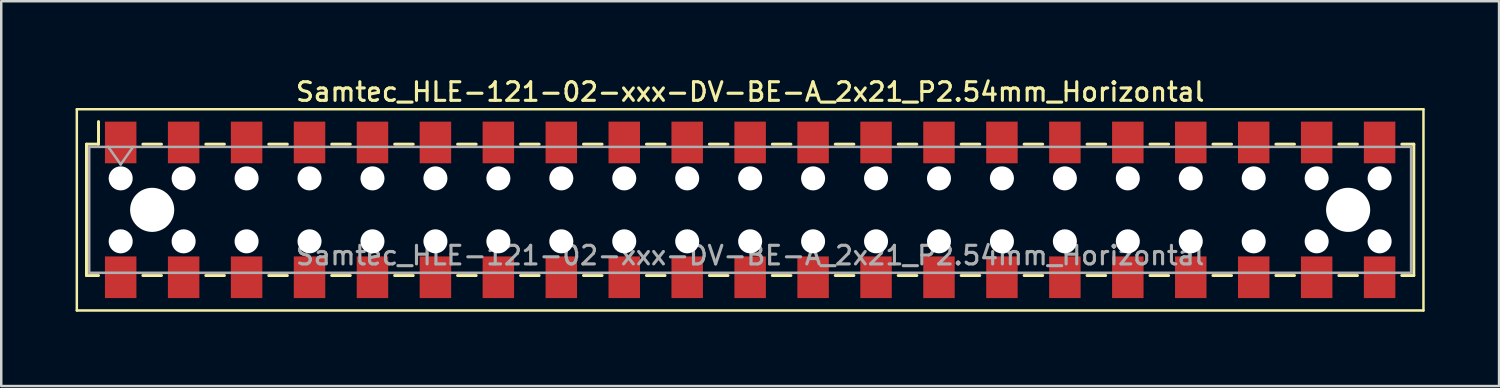
<source format=kicad_pcb>
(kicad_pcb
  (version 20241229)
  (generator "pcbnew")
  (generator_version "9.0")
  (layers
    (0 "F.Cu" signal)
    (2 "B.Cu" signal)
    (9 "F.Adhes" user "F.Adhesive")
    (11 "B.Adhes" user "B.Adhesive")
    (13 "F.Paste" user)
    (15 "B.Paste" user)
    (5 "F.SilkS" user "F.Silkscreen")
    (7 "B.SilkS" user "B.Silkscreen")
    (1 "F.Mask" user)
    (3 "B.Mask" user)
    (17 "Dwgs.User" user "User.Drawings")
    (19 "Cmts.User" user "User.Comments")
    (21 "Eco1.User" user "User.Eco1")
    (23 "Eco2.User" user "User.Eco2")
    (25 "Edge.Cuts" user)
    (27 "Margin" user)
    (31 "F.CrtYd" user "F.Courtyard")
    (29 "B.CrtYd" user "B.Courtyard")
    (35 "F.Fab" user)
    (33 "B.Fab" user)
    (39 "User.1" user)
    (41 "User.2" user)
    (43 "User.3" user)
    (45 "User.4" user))
  (footprint "Samtec_HLE-121-02-xxx-DV-BE-A_2x21_P2.54mm_Horizontal"
    (layer "F.Cu")
    (at 27.22 5.418)
    (property "Reference" "Samtec_HLE-121-02-xxx-DV-BE-A_2x21_P2.54mm_Horizontal" (at 0 -4.76 0) (layer "F.SilkS") (effects (font (size 0.75 0.75) (thickness 0.125))))
    (attr smd)
    (fp_line (start -27.17 -4.06) (end 27.17 -4.06) (stroke (width 0.1) (type solid)) (layer "F.SilkS"))
    (fp_line (start -27.17 4.06) (end -27.17 -4.06) (stroke (width 0.1) (type solid)) (layer "F.SilkS"))
    (fp_line (start -26.78 -2.65) (end -26.78 2.65) (stroke (width 0.12) (type solid)) (layer "F.SilkS"))
    (fp_line (start -26.78 2.65) (end -26.295 2.65) (stroke (width 0.12) (type solid)) (layer "F.SilkS"))
    (fp_line (start -26.295 -3.56) (end -26.295 -2.65) (stroke (width 0.12) (type solid)) (layer "F.SilkS"))
    (fp_line (start -26.295 -2.65) (end -26.78 -2.65) (stroke (width 0.12) (type solid)) (layer "F.SilkS"))
    (fp_line (start -24.505 -2.65) (end -23.755 -2.65) (stroke (width 0.12) (type solid)) (layer "F.SilkS"))
    (fp_line (start -24.505 2.65) (end -23.755 2.65) (stroke (width 0.12) (type solid)) (layer "F.SilkS"))
    (fp_line (start -21.965 -2.65) (end -21.215 -2.65) (stroke (width 0.12) (type solid)) (layer "F.SilkS"))
    (fp_line (start -21.965 2.65) (end -21.215 2.65) (stroke (width 0.12) (type solid)) (layer "F.SilkS"))
    (fp_line (start -19.425 -2.65) (end -18.675 -2.65) (stroke (width 0.12) (type solid)) (layer "F.SilkS"))
    (fp_line (start -19.425 2.65) (end -18.675 2.65) (stroke (width 0.12) (type solid)) (layer "F.SilkS"))
    (fp_line (start -16.885 -2.65) (end -16.135 -2.65) (stroke (width 0.12) (type solid)) (layer "F.SilkS"))
    (fp_line (start -16.885 2.65) (end -16.135 2.65) (stroke (width 0.12) (type solid)) (layer "F.SilkS"))
    (fp_line (start -14.345 -2.65) (end -13.595 -2.65) (stroke (width 0.12) (type solid)) (layer "F.SilkS"))
    (fp_line (start -14.345 2.65) (end -13.595 2.65) (stroke (width 0.12) (type solid)) (layer "F.SilkS"))
    (fp_line (start -11.805 -2.65) (end -11.055 -2.65) (stroke (width 0.12) (type solid)) (layer "F.SilkS"))
    (fp_line (start -11.805 2.65) (end -11.055 2.65) (stroke (width 0.12) (type solid)) (layer "F.SilkS"))
    (fp_line (start -9.265 -2.65) (end -8.515 -2.65) (stroke (width 0.12) (type solid)) (layer "F.SilkS"))
    (fp_line (start -9.265 2.65) (end -8.515 2.65) (stroke (width 0.12) (type solid)) (layer "F.SilkS"))
    (fp_line (start -6.725 -2.65) (end -5.975 -2.65) (stroke (width 0.12) (type solid)) (layer "F.SilkS"))
    (fp_line (start -6.725 2.65) (end -5.975 2.65) (stroke (width 0.12) (type solid)) (layer "F.SilkS"))
    (fp_line (start -4.185 -2.65) (end -3.435 -2.65) (stroke (width 0.12) (type solid)) (layer "F.SilkS"))
    (fp_line (start -4.185 2.65) (end -3.435 2.65) (stroke (width 0.12) (type solid)) (layer "F.SilkS"))
    (fp_line (start -1.645 -2.65) (end -0.895 -2.65) (stroke (width 0.12) (type solid)) (layer "F.SilkS"))
    (fp_line (start -1.645 2.65) (end -0.895 2.65) (stroke (width 0.12) (type solid)) (layer "F.SilkS"))
    (fp_line (start 0.895 -2.65) (end 1.645 -2.65) (stroke (width 0.12) (type solid)) (layer "F.SilkS"))
    (fp_line (start 0.895 2.65) (end 1.645 2.65) (stroke (width 0.12) (type solid)) (layer "F.SilkS"))
    (fp_line (start 3.435 -2.65) (end 4.185 -2.65) (stroke (width 0.12) (type solid)) (layer "F.SilkS"))
    (fp_line (start 3.435 2.65) (end 4.185 2.65) (stroke (width 0.12) (type solid)) (layer "F.SilkS"))
    (fp_line (start 5.975 -2.65) (end 6.725 -2.65) (stroke (width 0.12) (type solid)) (layer "F.SilkS"))
    (fp_line (start 5.975 2.65) (end 6.725 2.65) (stroke (width 0.12) (type solid)) (layer "F.SilkS"))
    (fp_line (start 8.515 -2.65) (end 9.265 -2.65) (stroke (width 0.12) (type solid)) (layer "F.SilkS"))
    (fp_line (start 8.515 2.65) (end 9.265 2.65) (stroke (width 0.12) (type solid)) (layer "F.SilkS"))
    (fp_line (start 11.055 -2.65) (end 11.805 -2.65) (stroke (width 0.12) (type solid)) (layer "F.SilkS"))
    (fp_line (start 11.055 2.65) (end 11.805 2.65) (stroke (width 0.12) (type solid)) (layer "F.SilkS"))
    (fp_line (start 13.595 -2.65) (end 14.345 -2.65) (stroke (width 0.12) (type solid)) (layer "F.SilkS"))
    (fp_line (start 13.595 2.65) (end 14.345 2.65) (stroke (width 0.12) (type solid)) (layer "F.SilkS"))
    (fp_line (start 16.135 -2.65) (end 16.885 -2.65) (stroke (width 0.12) (type solid)) (layer "F.SilkS"))
    (fp_line (start 16.135 2.65) (end 16.885 2.65) (stroke (width 0.12) (type solid)) (layer "F.SilkS"))
    (fp_line (start 18.675 -2.65) (end 19.425 -2.65) (stroke (width 0.12) (type solid)) (layer "F.SilkS"))
    (fp_line (start 18.675 2.65) (end 19.425 2.65) (stroke (width 0.12) (type solid)) (layer "F.SilkS"))
    (fp_line (start 21.215 -2.65) (end 21.965 -2.65) (stroke (width 0.12) (type solid)) (layer "F.SilkS"))
    (fp_line (start 21.215 2.65) (end 21.965 2.65) (stroke (width 0.12) (type solid)) (layer "F.SilkS"))
    (fp_line (start 23.755 -2.65) (end 24.505 -2.65) (stroke (width 0.12) (type solid)) (layer "F.SilkS"))
    (fp_line (start 23.755 2.65) (end 24.505 2.65) (stroke (width 0.12) (type solid)) (layer "F.SilkS"))
    (fp_line (start 26.295 -2.65) (end 26.78 -2.65) (stroke (width 0.12) (type solid)) (layer "F.SilkS"))
    (fp_line (start 26.78 -2.65) (end 26.78 2.65) (stroke (width 0.12) (type solid)) (layer "F.SilkS"))
    (fp_line (start 26.78 2.65) (end 26.295 2.65) (stroke (width 0.12) (type solid)) (layer "F.SilkS"))
    (fp_line (start 27.17 -4.06) (end 27.17 4.06) (stroke (width 0.1) (type solid)) (layer "F.SilkS"))
    (fp_line (start 27.17 4.06) (end -27.17 4.06) (stroke (width 0.1) (type solid)) (layer "F.SilkS"))
    (fp_line (start -26.67 -2.54) (end 26.67 -2.54) (stroke (width 0.1) (type solid)) (layer "F.Fab"))
    (fp_line (start -26.67 2.54) (end -26.67 -2.54) (stroke (width 0.1) (type solid)) (layer "F.Fab"))
    (fp_line (start -25.9 -2.54) (end -25.4 -1.833) (stroke (width 0.1) (type solid)) (layer "F.Fab"))
    (fp_line (start -25.4 -1.833) (end -24.9 -2.54) (stroke (width 0.1) (type solid)) (layer "F.Fab"))
    (fp_line (start 26.67 -2.54) (end 26.67 2.54) (stroke (width 0.1) (type solid)) (layer "F.Fab"))
    (fp_line (start 26.67 2.54) (end -26.67 2.54) (stroke (width 0.1) (type solid)) (layer "F.Fab"))
    (fp_text user "${REFERENCE}" (at 0 1.84 0) (layer "F.Fab") (effects (font (size 0.75 0.75) (thickness 0.125))))
    (pad "" np_thru_hole circle (at -25.4 -1.27) (size 0.97 0.97) (drill 0.97) (layers "*.Cu" "*.Mask"))
    (pad "" np_thru_hole circle (at -25.4 1.27) (size 0.97 0.97) (drill 0.97) (layers "*.Cu" "*.Mask"))
    (pad "" np_thru_hole circle (at -24.13 0) (size 1.78 1.78) (drill 1.78) (layers "*.Cu" "*.Mask"))
    (pad "" np_thru_hole circle (at -22.86 -1.27) (size 0.97 0.97) (drill 0.97) (layers "*.Cu" "*.Mask"))
    (pad "" np_thru_hole circle (at -22.86 1.27) (size 0.97 0.97) (drill 0.97) (layers "*.Cu" "*.Mask"))
    (pad "" np_thru_hole circle (at -20.32 -1.27) (size 0.97 0.97) (drill 0.97) (layers "*.Cu" "*.Mask"))
    (pad "" np_thru_hole circle (at -20.32 1.27) (size 0.97 0.97) (drill 0.97) (layers "*.Cu" "*.Mask"))
    (pad "" np_thru_hole circle (at -17.78 -1.27) (size 0.97 0.97) (drill 0.97) (layers "*.Cu" "*.Mask"))
    (pad "" np_thru_hole circle (at -17.78 1.27) (size 0.97 0.97) (drill 0.97) (layers "*.Cu" "*.Mask"))
    (pad "" np_thru_hole circle (at -15.24 -1.27) (size 0.97 0.97) (drill 0.97) (layers "*.Cu" "*.Mask"))
    (pad "" np_thru_hole circle (at -15.24 1.27) (size 0.97 0.97) (drill 0.97) (layers "*.Cu" "*.Mask"))
    (pad "" np_thru_hole circle (at -12.7 -1.27) (size 0.97 0.97) (drill 0.97) (layers "*.Cu" "*.Mask"))
    (pad "" np_thru_hole circle (at -12.7 1.27) (size 0.97 0.97) (drill 0.97) (layers "*.Cu" "*.Mask"))
    (pad "" np_thru_hole circle (at -10.16 -1.27) (size 0.97 0.97) (drill 0.97) (layers "*.Cu" "*.Mask"))
    (pad "" np_thru_hole circle (at -10.16 1.27) (size 0.97 0.97) (drill 0.97) (layers "*.Cu" "*.Mask"))
    (pad "" np_thru_hole circle (at -7.62 -1.27) (size 0.97 0.97) (drill 0.97) (layers "*.Cu" "*.Mask"))
    (pad "" np_thru_hole circle (at -7.62 1.27) (size 0.97 0.97) (drill 0.97) (layers "*.Cu" "*.Mask"))
    (pad "" np_thru_hole circle (at -5.08 -1.27) (size 0.97 0.97) (drill 0.97) (layers "*.Cu" "*.Mask"))
    (pad "" np_thru_hole circle (at -5.08 1.27) (size 0.97 0.97) (drill 0.97) (layers "*.Cu" "*.Mask"))
    (pad "" np_thru_hole circle (at -2.54 -1.27) (size 0.97 0.97) (drill 0.97) (layers "*.Cu" "*.Mask"))
    (pad "" np_thru_hole circle (at -2.54 1.27) (size 0.97 0.97) (drill 0.97) (layers "*.Cu" "*.Mask"))
    (pad "" np_thru_hole circle (at 0 -1.27) (size 0.97 0.97) (drill 0.97) (layers "*.Cu" "*.Mask"))
    (pad "" np_thru_hole circle (at 0 1.27) (size 0.97 0.97) (drill 0.97) (layers "*.Cu" "*.Mask"))
    (pad "" np_thru_hole circle (at 2.54 -1.27) (size 0.97 0.97) (drill 0.97) (layers "*.Cu" "*.Mask"))
    (pad "" np_thru_hole circle (at 2.54 1.27) (size 0.97 0.97) (drill 0.97) (layers "*.Cu" "*.Mask"))
    (pad "" np_thru_hole circle (at 5.08 -1.27) (size 0.97 0.97) (drill 0.97) (layers "*.Cu" "*.Mask"))
    (pad "" np_thru_hole circle (at 5.08 1.27) (size 0.97 0.97) (drill 0.97) (layers "*.Cu" "*.Mask"))
    (pad "" np_thru_hole circle (at 7.62 -1.27) (size 0.97 0.97) (drill 0.97) (layers "*.Cu" "*.Mask"))
    (pad "" np_thru_hole circle (at 7.62 1.27) (size 0.97 0.97) (drill 0.97) (layers "*.Cu" "*.Mask"))
    (pad "" np_thru_hole circle (at 10.16 -1.27) (size 0.97 0.97) (drill 0.97) (layers "*.Cu" "*.Mask"))
    (pad "" np_thru_hole circle (at 10.16 1.27) (size 0.97 0.97) (drill 0.97) (layers "*.Cu" "*.Mask"))
    (pad "" np_thru_hole circle (at 12.7 -1.27) (size 0.97 0.97) (drill 0.97) (layers "*.Cu" "*.Mask"))
    (pad "" np_thru_hole circle (at 12.7 1.27) (size 0.97 0.97) (drill 0.97) (layers "*.Cu" "*.Mask"))
    (pad "" np_thru_hole circle (at 15.24 -1.27) (size 0.97 0.97) (drill 0.97) (layers "*.Cu" "*.Mask"))
    (pad "" np_thru_hole circle (at 15.24 1.27) (size 0.97 0.97) (drill 0.97) (layers "*.Cu" "*.Mask"))
    (pad "" np_thru_hole circle (at 17.78 -1.27) (size 0.97 0.97) (drill 0.97) (layers "*.Cu" "*.Mask"))
    (pad "" np_thru_hole circle (at 17.78 1.27) (size 0.97 0.97) (drill 0.97) (layers "*.Cu" "*.Mask"))
    (pad "" np_thru_hole circle (at 20.32 -1.27) (size 0.97 0.97) (drill 0.97) (layers "*.Cu" "*.Mask"))
    (pad "" np_thru_hole circle (at 20.32 1.27) (size 0.97 0.97) (drill 0.97) (layers "*.Cu" "*.Mask"))
    (pad "" np_thru_hole circle (at 22.86 -1.27) (size 0.97 0.97) (drill 0.97) (layers "*.Cu" "*.Mask"))
    (pad "" np_thru_hole circle (at 22.86 1.27) (size 0.97 0.97) (drill 0.97) (layers "*.Cu" "*.Mask"))
    (pad "" np_thru_hole circle (at 24.13 0) (size 1.78 1.78) (drill 1.78) (layers "*.Cu" "*.Mask"))
    (pad "" np_thru_hole circle (at 25.4 -1.27) (size 0.97 0.97) (drill 0.97) (layers "*.Cu" "*.Mask"))
    (pad "" np_thru_hole circle (at 25.4 1.27) (size 0.97 0.97) (drill 0.97) (layers "*.Cu" "*.Mask"))
    (pad "1" smd rect (at -25.4 -2.72) (size 1.27 1.68) (layers "F.Cu" "F.Mask" "F.Paste"))
    (pad "2" smd rect (at -25.4 2.72) (size 1.27 1.68) (layers "F.Cu" "F.Mask" "F.Paste"))
    (pad "3" smd rect (at -22.86 -2.72) (size 1.27 1.68) (layers "F.Cu" "F.Mask" "F.Paste"))
    (pad "4" smd rect (at -22.86 2.72) (size 1.27 1.68) (layers "F.Cu" "F.Mask" "F.Paste"))
    (pad "5" smd rect (at -20.32 -2.72) (size 1.27 1.68) (layers "F.Cu" "F.Mask" "F.Paste"))
    (pad "6" smd rect (at -20.32 2.72) (size 1.27 1.68) (layers "F.Cu" "F.Mask" "F.Paste"))
    (pad "7" smd rect (at -17.78 -2.72) (size 1.27 1.68) (layers "F.Cu" "F.Mask" "F.Paste"))
    (pad "8" smd rect (at -17.78 2.72) (size 1.27 1.68) (layers "F.Cu" "F.Mask" "F.Paste"))
    (pad "9" smd rect (at -15.24 -2.72) (size 1.27 1.68) (layers "F.Cu" "F.Mask" "F.Paste"))
    (pad "10" smd rect (at -15.24 2.72) (size 1.27 1.68) (layers "F.Cu" "F.Mask" "F.Paste"))
    (pad "11" smd rect (at -12.7 -2.72) (size 1.27 1.68) (layers "F.Cu" "F.Mask" "F.Paste"))
    (pad "12" smd rect (at -12.7 2.72) (size 1.27 1.68) (layers "F.Cu" "F.Mask" "F.Paste"))
    (pad "13" smd rect (at -10.16 -2.72) (size 1.27 1.68) (layers "F.Cu" "F.Mask" "F.Paste"))
    (pad "14" smd rect (at -10.16 2.72) (size 1.27 1.68) (layers "F.Cu" "F.Mask" "F.Paste"))
    (pad "15" smd rect (at -7.62 -2.72) (size 1.27 1.68) (layers "F.Cu" "F.Mask" "F.Paste"))
    (pad "16" smd rect (at -7.62 2.72) (size 1.27 1.68) (layers "F.Cu" "F.Mask" "F.Paste"))
    (pad "17" smd rect (at -5.08 -2.72) (size 1.27 1.68) (layers "F.Cu" "F.Mask" "F.Paste"))
    (pad "18" smd rect (at -5.08 2.72) (size 1.27 1.68) (layers "F.Cu" "F.Mask" "F.Paste"))
    (pad "19" smd rect (at -2.54 -2.72) (size 1.27 1.68) (layers "F.Cu" "F.Mask" "F.Paste"))
    (pad "20" smd rect (at -2.54 2.72) (size 1.27 1.68) (layers "F.Cu" "F.Mask" "F.Paste"))
    (pad "21" smd rect (at 0 -2.72) (size 1.27 1.68) (layers "F.Cu" "F.Mask" "F.Paste"))
    (pad "22" smd rect (at 0 2.72) (size 1.27 1.68) (layers "F.Cu" "F.Mask" "F.Paste"))
    (pad "23" smd rect (at 2.54 -2.72) (size 1.27 1.68) (layers "F.Cu" "F.Mask" "F.Paste"))
    (pad "24" smd rect (at 2.54 2.72) (size 1.27 1.68) (layers "F.Cu" "F.Mask" "F.Paste"))
    (pad "25" smd rect (at 5.08 -2.72) (size 1.27 1.68) (layers "F.Cu" "F.Mask" "F.Paste"))
    (pad "26" smd rect (at 5.08 2.72) (size 1.27 1.68) (layers "F.Cu" "F.Mask" "F.Paste"))
    (pad "27" smd rect (at 7.62 -2.72) (size 1.27 1.68) (layers "F.Cu" "F.Mask" "F.Paste"))
    (pad "28" smd rect (at 7.62 2.72) (size 1.27 1.68) (layers "F.Cu" "F.Mask" "F.Paste"))
    (pad "29" smd rect (at 10.16 -2.72) (size 1.27 1.68) (layers "F.Cu" "F.Mask" "F.Paste"))
    (pad "30" smd rect (at 10.16 2.72) (size 1.27 1.68) (layers "F.Cu" "F.Mask" "F.Paste"))
    (pad "31" smd rect (at 12.7 -2.72) (size 1.27 1.68) (layers "F.Cu" "F.Mask" "F.Paste"))
    (pad "32" smd rect (at 12.7 2.72) (size 1.27 1.68) (layers "F.Cu" "F.Mask" "F.Paste"))
    (pad "33" smd rect (at 15.24 -2.72) (size 1.27 1.68) (layers "F.Cu" "F.Mask" "F.Paste"))
    (pad "34" smd rect (at 15.24 2.72) (size 1.27 1.68) (layers "F.Cu" "F.Mask" "F.Paste"))
    (pad "35" smd rect (at 17.78 -2.72) (size 1.27 1.68) (layers "F.Cu" "F.Mask" "F.Paste"))
    (pad "36" smd rect (at 17.78 2.72) (size 1.27 1.68) (layers "F.Cu" "F.Mask" "F.Paste"))
    (pad "37" smd rect (at 20.32 -2.72) (size 1.27 1.68) (layers "F.Cu" "F.Mask" "F.Paste"))
    (pad "38" smd rect (at 20.32 2.72) (size 1.27 1.68) (layers "F.Cu" "F.Mask" "F.Paste"))
    (pad "39" smd rect (at 22.86 -2.72) (size 1.27 1.68) (layers "F.Cu" "F.Mask" "F.Paste"))
    (pad "40" smd rect (at 22.86 2.72) (size 1.27 1.68) (layers "F.Cu" "F.Mask" "F.Paste"))
    (pad "41" smd rect (at 25.4 -2.72) (size 1.27 1.68) (layers "F.Cu" "F.Mask" "F.Paste"))
    (pad "42" smd rect (at 25.4 2.72) (size 1.27 1.68) (layers "F.Cu" "F.Mask" "F.Paste")))
  (gr_rect
    (start -3 -3)
    (end 57.44 12.528)
    (stroke (width 0.1) (type default))
    (fill no)
    (layer "Edge.Cuts")))
</source>
